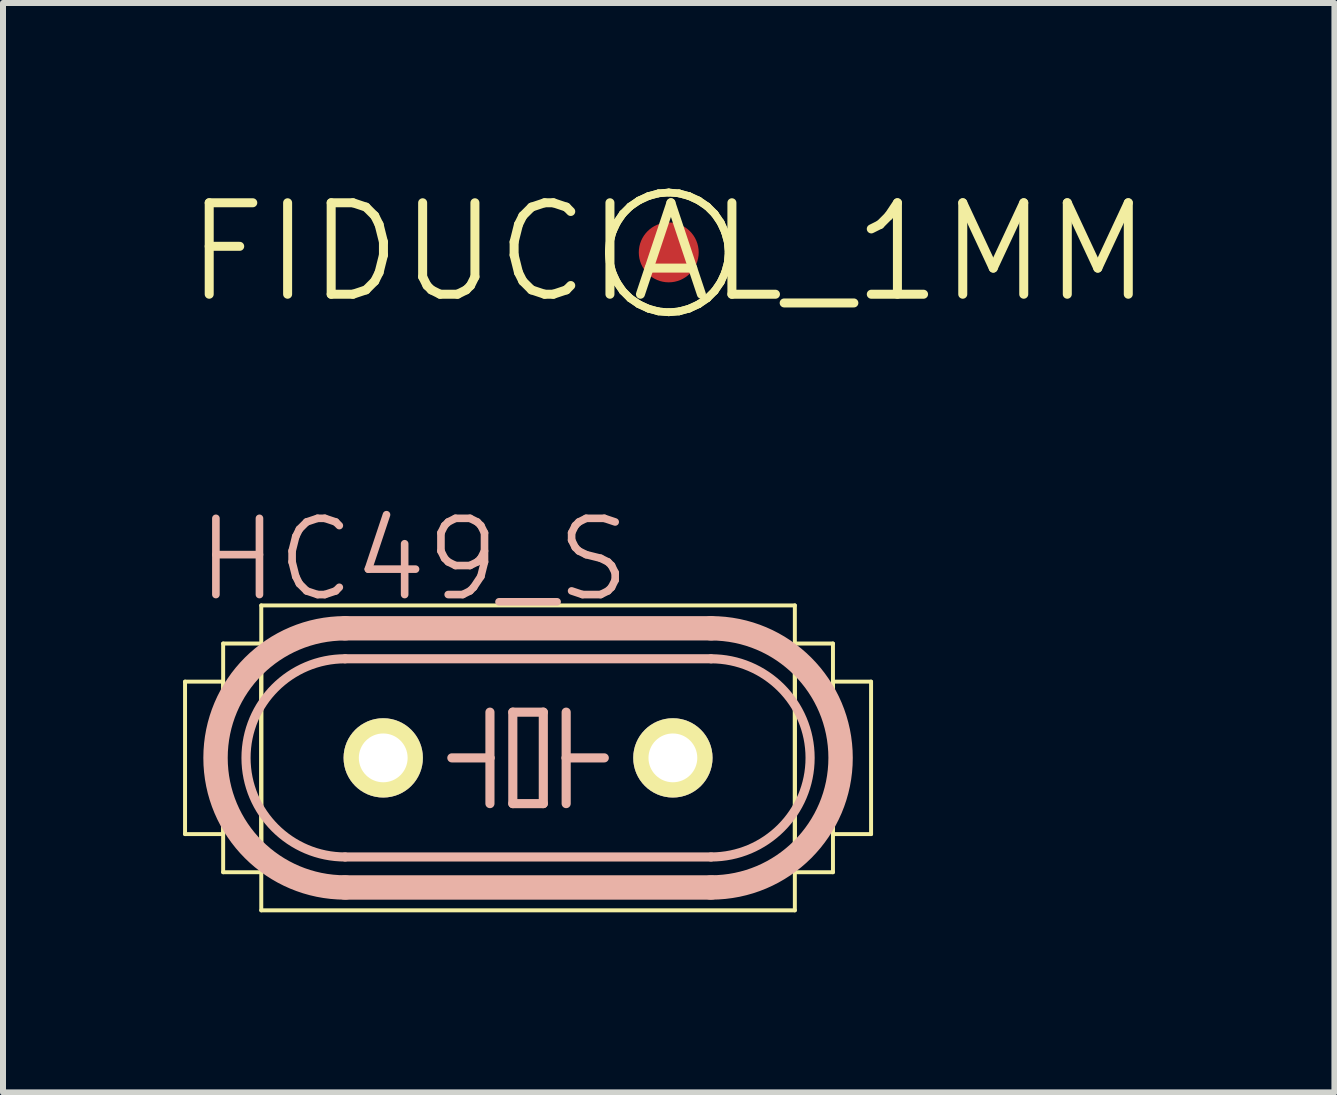
<source format=kicad_pcb>
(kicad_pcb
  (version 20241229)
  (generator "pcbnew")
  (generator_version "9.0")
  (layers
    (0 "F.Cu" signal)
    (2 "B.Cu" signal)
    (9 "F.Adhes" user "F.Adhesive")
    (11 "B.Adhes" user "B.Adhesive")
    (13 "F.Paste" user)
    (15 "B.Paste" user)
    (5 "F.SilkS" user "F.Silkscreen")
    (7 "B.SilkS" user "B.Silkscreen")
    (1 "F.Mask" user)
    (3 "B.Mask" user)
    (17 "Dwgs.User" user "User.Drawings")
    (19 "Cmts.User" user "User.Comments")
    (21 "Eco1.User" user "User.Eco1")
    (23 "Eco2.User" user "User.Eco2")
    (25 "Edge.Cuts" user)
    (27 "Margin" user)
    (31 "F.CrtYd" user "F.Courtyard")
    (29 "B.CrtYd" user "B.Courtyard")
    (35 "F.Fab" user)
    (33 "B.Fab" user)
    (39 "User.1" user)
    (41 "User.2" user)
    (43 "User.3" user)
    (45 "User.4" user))
  (footprint "HC49_S"
    (layer "F.Cu")
    (at 5.748 9.577)
    (property "Reference" "HC49_S" (at -1.905 -3.302 0) (layer "B.SilkS") (effects (font (size 1.27 1.27) (thickness 0.127))))
    (attr exclude_from_pos_files exclude_from_bom)
    (fp_line (start -5.715 -1.27) (end -5.08 -1.27) (stroke (width 0.066) (type solid)) (layer "F.SilkS"))
    (fp_line (start -5.715 1.27) (end -5.715 -1.27) (stroke (width 0.066) (type solid)) (layer "F.SilkS"))
    (fp_line (start -5.715 1.27) (end -5.08 1.27) (stroke (width 0.066) (type solid)) (layer "F.SilkS"))
    (fp_line (start -5.08 -1.905) (end -4.445 -1.905) (stroke (width 0.066) (type solid)) (layer "F.SilkS"))
    (fp_line (start -5.08 1.27) (end -5.08 -1.27) (stroke (width 0.066) (type solid)) (layer "F.SilkS"))
    (fp_line (start -5.08 1.905) (end -5.08 -1.905) (stroke (width 0.066) (type solid)) (layer "F.SilkS"))
    (fp_line (start -5.08 1.905) (end -4.445 1.905) (stroke (width 0.066) (type solid)) (layer "F.SilkS"))
    (fp_line (start -4.445 -2.54) (end 4.445 -2.54) (stroke (width 0.066) (type solid)) (layer "F.SilkS"))
    (fp_line (start -4.445 1.905) (end -4.445 -1.905) (stroke (width 0.066) (type solid)) (layer "F.SilkS"))
    (fp_line (start -4.445 2.54) (end -4.445 -2.54) (stroke (width 0.066) (type solid)) (layer "F.SilkS"))
    (fp_line (start -4.445 2.54) (end 4.445 2.54) (stroke (width 0.066) (type solid)) (layer "F.SilkS"))
    (fp_line (start 4.445 -1.905) (end 5.08 -1.905) (stroke (width 0.066) (type solid)) (layer "F.SilkS"))
    (fp_line (start 4.445 1.905) (end 4.445 -1.905) (stroke (width 0.066) (type solid)) (layer "F.SilkS"))
    (fp_line (start 4.445 1.905) (end 5.08 1.905) (stroke (width 0.066) (type solid)) (layer "F.SilkS"))
    (fp_line (start 4.445 2.54) (end 4.445 -2.54) (stroke (width 0.066) (type solid)) (layer "F.SilkS"))
    (fp_line (start 5.08 -1.27) (end 5.715 -1.27) (stroke (width 0.066) (type solid)) (layer "F.SilkS"))
    (fp_line (start 5.08 1.27) (end 5.08 -1.27) (stroke (width 0.066) (type solid)) (layer "F.SilkS"))
    (fp_line (start 5.08 1.27) (end 5.715 1.27) (stroke (width 0.066) (type solid)) (layer "F.SilkS"))
    (fp_line (start 5.08 1.905) (end 5.08 -1.905) (stroke (width 0.066) (type solid)) (layer "F.SilkS"))
    (fp_line (start 5.715 1.27) (end 5.715 -1.27) (stroke (width 0.066) (type solid)) (layer "F.SilkS"))
    (fp_line (start -3.048 -2.159) (end 3.048 -2.159) (stroke (width 0.406) (type solid)) (layer "B.SilkS"))
    (fp_line (start -3.048 1.651) (end 3.048 1.651) (stroke (width 0.152) (type solid)) (layer "B.SilkS"))
    (fp_line (start -3.048 2.159) (end 3.048 2.159) (stroke (width 0.406) (type solid)) (layer "B.SilkS"))
    (fp_line (start -0.635 -0.762) (end -0.635 0) (stroke (width 0.152) (type solid)) (layer "B.SilkS"))
    (fp_line (start -0.635 0) (end -1.27 0) (stroke (width 0.152) (type solid)) (layer "B.SilkS"))
    (fp_line (start -0.635 0) (end -0.635 0.762) (stroke (width 0.152) (type solid)) (layer "B.SilkS"))
    (fp_line (start -0.254 -0.762) (end 0.254 -0.762) (stroke (width 0.152) (type solid)) (layer "B.SilkS"))
    (fp_line (start -0.254 0.762) (end -0.254 -0.762) (stroke (width 0.152) (type solid)) (layer "B.SilkS"))
    (fp_line (start 0.254 -0.762) (end 0.254 0.762) (stroke (width 0.152) (type solid)) (layer "B.SilkS"))
    (fp_line (start 0.254 0.762) (end -0.254 0.762) (stroke (width 0.152) (type solid)) (layer "B.SilkS"))
    (fp_line (start 0.635 -0.762) (end 0.635 0) (stroke (width 0.152) (type solid)) (layer "B.SilkS"))
    (fp_line (start 0.635 0) (end 0.635 0.762) (stroke (width 0.152) (type solid)) (layer "B.SilkS"))
    (fp_line (start 0.635 0) (end 1.27 0) (stroke (width 0.152) (type solid)) (layer "B.SilkS"))
    (fp_line (start 3.048 -1.651) (end -3.048 -1.651) (stroke (width 0.152) (type solid)) (layer "B.SilkS"))
    (fp_arc (start -3.048 1.651) (mid -4.699 0) (end -3.048 -1.651) (stroke (width 0.1524) (type solid)) (layer "B.SilkS"))
    (fp_arc (start -3.048 2.159) (mid -5.207 0) (end -3.048 -2.159) (stroke (width 0.4064) (type solid)) (layer "B.SilkS"))
    (fp_arc (start 3.048 -2.159) (mid 5.207 0) (end 3.048 2.159) (stroke (width 0.4064) (type solid)) (layer "B.SilkS"))
    (fp_arc (start 3.048 -1.651) (mid 4.699 0) (end 3.048 1.651) (stroke (width 0.1524) (type solid)) (layer "B.SilkS"))
    (pad "1" thru_hole circle (at -2.413 0) (size 1.321 1.321) (drill 0.813) (layers "*.Cu" "F.Mask" "F.SilkS" "F.Paste"))
    (pad "2" thru_hole circle (at 2.413 0) (size 1.321 1.321) (drill 0.813) (layers "*.Cu" "F.Mask" "F.SilkS" "F.Paste")))
  (footprint "FIDUCIAL_1MM"
    (layer "F.Cu")
    (at 8.092 1.155)
    (property "Reference" "FIDUCIAL_1MM" (at 0 0 0) (layer "F.SilkS") (effects (font (size 1.524 1.524) (thickness 0.15))))
    (attr smd)
    (fp_line (start -0.998 0) (end -0.983 0.173) (stroke (width 0.127) (type solid)) (layer "F.SilkS"))
    (fp_line (start -0.998 0) (end -0.983 0.173) (stroke (width 0.127) (type solid)) (layer "F.SilkS"))
    (fp_line (start -0.983 -0.173) (end -0.998 0) (stroke (width 0.127) (type solid)) (layer "F.SilkS"))
    (fp_line (start -0.983 -0.173) (end -0.998 0) (stroke (width 0.127) (type solid)) (layer "F.SilkS"))
    (fp_line (start -0.983 0.173) (end -0.937 0.34) (stroke (width 0.127) (type solid)) (layer "F.SilkS"))
    (fp_line (start -0.983 0.173) (end -0.937 0.34) (stroke (width 0.127) (type solid)) (layer "F.SilkS"))
    (fp_line (start -0.937 -0.34) (end -0.983 -0.173) (stroke (width 0.127) (type solid)) (layer "F.SilkS"))
    (fp_line (start -0.937 -0.34) (end -0.983 -0.173) (stroke (width 0.127) (type solid)) (layer "F.SilkS"))
    (fp_line (start -0.937 0.34) (end -0.864 0.498) (stroke (width 0.127) (type solid)) (layer "F.SilkS"))
    (fp_line (start -0.937 0.34) (end -0.864 0.498) (stroke (width 0.127) (type solid)) (layer "F.SilkS"))
    (fp_line (start -0.864 -0.498) (end -0.937 -0.34) (stroke (width 0.127) (type solid)) (layer "F.SilkS"))
    (fp_line (start -0.864 -0.498) (end -0.937 -0.34) (stroke (width 0.127) (type solid)) (layer "F.SilkS"))
    (fp_line (start -0.864 0.498) (end -0.765 0.643) (stroke (width 0.127) (type solid)) (layer "F.SilkS"))
    (fp_line (start -0.864 0.498) (end -0.765 0.643) (stroke (width 0.127) (type solid)) (layer "F.SilkS"))
    (fp_line (start -0.765 -0.643) (end -0.864 -0.498) (stroke (width 0.127) (type solid)) (layer "F.SilkS"))
    (fp_line (start -0.765 -0.643) (end -0.864 -0.498) (stroke (width 0.127) (type solid)) (layer "F.SilkS"))
    (fp_line (start -0.765 0.643) (end -0.643 0.765) (stroke (width 0.127) (type solid)) (layer "F.SilkS"))
    (fp_line (start -0.765 0.643) (end -0.643 0.765) (stroke (width 0.127) (type solid)) (layer "F.SilkS"))
    (fp_line (start -0.643 -0.765) (end -0.765 -0.643) (stroke (width 0.127) (type solid)) (layer "F.SilkS"))
    (fp_line (start -0.643 -0.765) (end -0.765 -0.643) (stroke (width 0.127) (type solid)) (layer "F.SilkS"))
    (fp_line (start -0.643 0.765) (end -0.498 0.864) (stroke (width 0.127) (type solid)) (layer "F.SilkS"))
    (fp_line (start -0.643 0.765) (end -0.498 0.864) (stroke (width 0.127) (type solid)) (layer "F.SilkS"))
    (fp_line (start -0.498 -0.864) (end -0.643 -0.765) (stroke (width 0.127) (type solid)) (layer "F.SilkS"))
    (fp_line (start -0.498 -0.864) (end -0.643 -0.765) (stroke (width 0.127) (type solid)) (layer "F.SilkS"))
    (fp_line (start -0.498 0.864) (end -0.34 0.937) (stroke (width 0.127) (type solid)) (layer "F.SilkS"))
    (fp_line (start -0.498 0.864) (end -0.34 0.937) (stroke (width 0.127) (type solid)) (layer "F.SilkS"))
    (fp_line (start -0.34 -0.937) (end -0.498 -0.864) (stroke (width 0.127) (type solid)) (layer "F.SilkS"))
    (fp_line (start -0.34 -0.937) (end -0.498 -0.864) (stroke (width 0.127) (type solid)) (layer "F.SilkS"))
    (fp_line (start -0.34 0.937) (end -0.173 0.983) (stroke (width 0.127) (type solid)) (layer "F.SilkS"))
    (fp_line (start -0.34 0.937) (end -0.173 0.983) (stroke (width 0.127) (type solid)) (layer "F.SilkS"))
    (fp_line (start -0.173 -0.983) (end -0.34 -0.937) (stroke (width 0.127) (type solid)) (layer "F.SilkS"))
    (fp_line (start -0.173 -0.983) (end -0.34 -0.937) (stroke (width 0.127) (type solid)) (layer "F.SilkS"))
    (fp_line (start -0.173 0.983) (end 0 0.998) (stroke (width 0.127) (type solid)) (layer "F.SilkS"))
    (fp_line (start -0.173 0.983) (end 0 0.998) (stroke (width 0.127) (type solid)) (layer "F.SilkS"))
    (fp_line (start 0 -0.998) (end -0.173 -0.983) (stroke (width 0.127) (type solid)) (layer "F.SilkS"))
    (fp_line (start 0 -0.998) (end -0.173 -0.983) (stroke (width 0.127) (type solid)) (layer "F.SilkS"))
    (fp_line (start 0 0.998) (end 0.173 0.983) (stroke (width 0.127) (type solid)) (layer "F.SilkS"))
    (fp_line (start 0 0.998) (end 0.173 0.983) (stroke (width 0.127) (type solid)) (layer "F.SilkS"))
    (fp_line (start 0.173 -0.983) (end 0 -0.998) (stroke (width 0.127) (type solid)) (layer "F.SilkS"))
    (fp_line (start 0.173 -0.983) (end 0 -0.998) (stroke (width 0.127) (type solid)) (layer "F.SilkS"))
    (fp_line (start 0.173 0.983) (end 0.34 0.937) (stroke (width 0.127) (type solid)) (layer "F.SilkS"))
    (fp_line (start 0.173 0.983) (end 0.34 0.937) (stroke (width 0.127) (type solid)) (layer "F.SilkS"))
    (fp_line (start 0.34 -0.937) (end 0.173 -0.983) (stroke (width 0.127) (type solid)) (layer "F.SilkS"))
    (fp_line (start 0.34 -0.937) (end 0.173 -0.983) (stroke (width 0.127) (type solid)) (layer "F.SilkS"))
    (fp_line (start 0.34 0.937) (end 0.498 0.864) (stroke (width 0.127) (type solid)) (layer "F.SilkS"))
    (fp_line (start 0.34 0.937) (end 0.498 0.864) (stroke (width 0.127) (type solid)) (layer "F.SilkS"))
    (fp_line (start 0.498 -0.864) (end 0.34 -0.937) (stroke (width 0.127) (type solid)) (layer "F.SilkS"))
    (fp_line (start 0.498 -0.864) (end 0.34 -0.937) (stroke (width 0.127) (type solid)) (layer "F.SilkS"))
    (fp_line (start 0.498 0.864) (end 0.643 0.765) (stroke (width 0.127) (type solid)) (layer "F.SilkS"))
    (fp_line (start 0.498 0.864) (end 0.643 0.765) (stroke (width 0.127) (type solid)) (layer "F.SilkS"))
    (fp_line (start 0.643 -0.765) (end 0.498 -0.864) (stroke (width 0.127) (type solid)) (layer "F.SilkS"))
    (fp_line (start 0.643 -0.765) (end 0.498 -0.864) (stroke (width 0.127) (type solid)) (layer "F.SilkS"))
    (fp_line (start 0.643 0.765) (end 0.765 0.643) (stroke (width 0.127) (type solid)) (layer "F.SilkS"))
    (fp_line (start 0.643 0.765) (end 0.765 0.643) (stroke (width 0.127) (type solid)) (layer "F.SilkS"))
    (fp_line (start 0.765 -0.643) (end 0.643 -0.765) (stroke (width 0.127) (type solid)) (layer "F.SilkS"))
    (fp_line (start 0.765 -0.643) (end 0.643 -0.765) (stroke (width 0.127) (type solid)) (layer "F.SilkS"))
    (fp_line (start 0.765 0.643) (end 0.864 0.498) (stroke (width 0.127) (type solid)) (layer "F.SilkS"))
    (fp_line (start 0.765 0.643) (end 0.864 0.498) (stroke (width 0.127) (type solid)) (layer "F.SilkS"))
    (fp_line (start 0.864 -0.498) (end 0.765 -0.643) (stroke (width 0.127) (type solid)) (layer "F.SilkS"))
    (fp_line (start 0.864 -0.498) (end 0.765 -0.643) (stroke (width 0.127) (type solid)) (layer "F.SilkS"))
    (fp_line (start 0.864 0.498) (end 0.937 0.34) (stroke (width 0.127) (type solid)) (layer "F.SilkS"))
    (fp_line (start 0.864 0.498) (end 0.937 0.34) (stroke (width 0.127) (type solid)) (layer "F.SilkS"))
    (fp_line (start 0.937 -0.34) (end 0.864 -0.498) (stroke (width 0.127) (type solid)) (layer "F.SilkS"))
    (fp_line (start 0.937 -0.34) (end 0.864 -0.498) (stroke (width 0.127) (type solid)) (layer "F.SilkS"))
    (fp_line (start 0.937 0.34) (end 0.983 0.173) (stroke (width 0.127) (type solid)) (layer "F.SilkS"))
    (fp_line (start 0.937 0.34) (end 0.983 0.173) (stroke (width 0.127) (type solid)) (layer "F.SilkS"))
    (fp_line (start 0.983 -0.173) (end 0.937 -0.34) (stroke (width 0.127) (type solid)) (layer "F.SilkS"))
    (fp_line (start 0.983 -0.173) (end 0.937 -0.34) (stroke (width 0.127) (type solid)) (layer "F.SilkS"))
    (fp_line (start 0.983 0.173) (end 0.998 0) (stroke (width 0.127) (type solid)) (layer "F.SilkS"))
    (fp_line (start 0.983 0.173) (end 0.998 0) (stroke (width 0.127) (type solid)) (layer "F.SilkS"))
    (fp_line (start 0.998 0) (end 0.983 -0.173) (stroke (width 0.127) (type solid)) (layer "F.SilkS"))
    (fp_line (start 0.998 0) (end 0.983 -0.173) (stroke (width 0.127) (type solid)) (layer "F.SilkS"))
    (pad "1" smd circle (at 0 0) (size 0.998 0.998) (layers "F.Cu" "F.Mask" "F.Paste")))
  (gr_rect
    (start -3 -3)
    (end 19.183 15.15)
    (stroke (width 0.1) (type default))
    (fill no)
    (layer "Edge.Cuts")))
</source>
